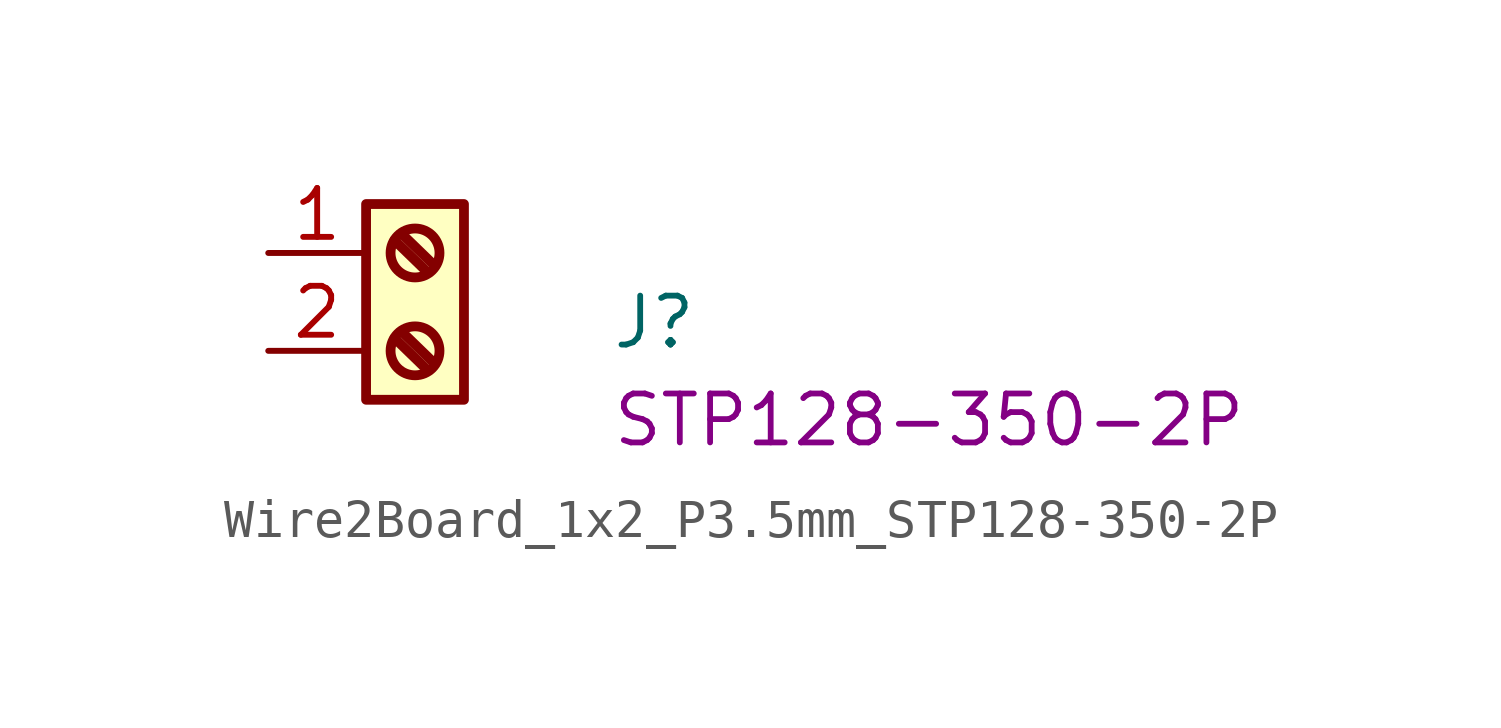
<source format=kicad_sym>
(kicad_symbol_lib
  (version 20220914)
  (generator kicad_symbol_editor)
  (symbol "Wire2Board_1x2_P3.5mm_STP128-350-2P"
    (property "Reference" "J"
      (at 8.89 -2.54 0)
      (effects (font (size 1.27 1.27) (thickness 0.15)) (justify left bottom)))
    (property "MPN" "STP128-350-2P"
      (at 8.89 -5.08 0)
      (effects (font (size 1.27 1.27) (thickness 0.15)) (justify left bottom)))
    (symbol "Wire2Board_1x2_P3.5mm_STP128-350-2P_1_1"
      (polyline (pts (xy 3.277 -2.21) (xy 4.14 -3.048)) (stroke (width 0.254) (type default)) (fill (type background)))
      (polyline (pts (xy 3.277 0.33) (xy 4.14 -0.508)) (stroke (width 0.254) (type default)) (fill (type background)))
      (polyline (pts (xy 3.454 -2.032) (xy 4.318 -2.87)) (stroke (width 0.254) (type default)) (fill (type background)))
      (polyline (pts (xy 3.454 0.508) (xy 4.318 -0.33)) (stroke (width 0.254) (type default)) (fill (type background)))
      (rectangle (start 2.54 1.27) (end 5.08 -3.81) (stroke (width 0.254) (type default)) (fill (type background)))
      (circle (center 3.81 -2.54) (radius 0.635) (stroke (width 0.254) (type default)) (fill (type background)))
      (circle (center 3.81 0) (radius 0.635) (stroke (width 0.254) (type default)) (fill (type background)))
      (pin passive line (at 0 0 0) (length 2.54) (name "~" (effects (font (size 1.27 1.27)))) (number "1" (effects (font (size 1.27 1.27)))))
      (pin passive line (at 0 -2.54 0) (length 2.54) (name "~" (effects (font (size 1.27 1.27)))) (number "2" (effects (font (size 1.27 1.27))))))))
</source>
